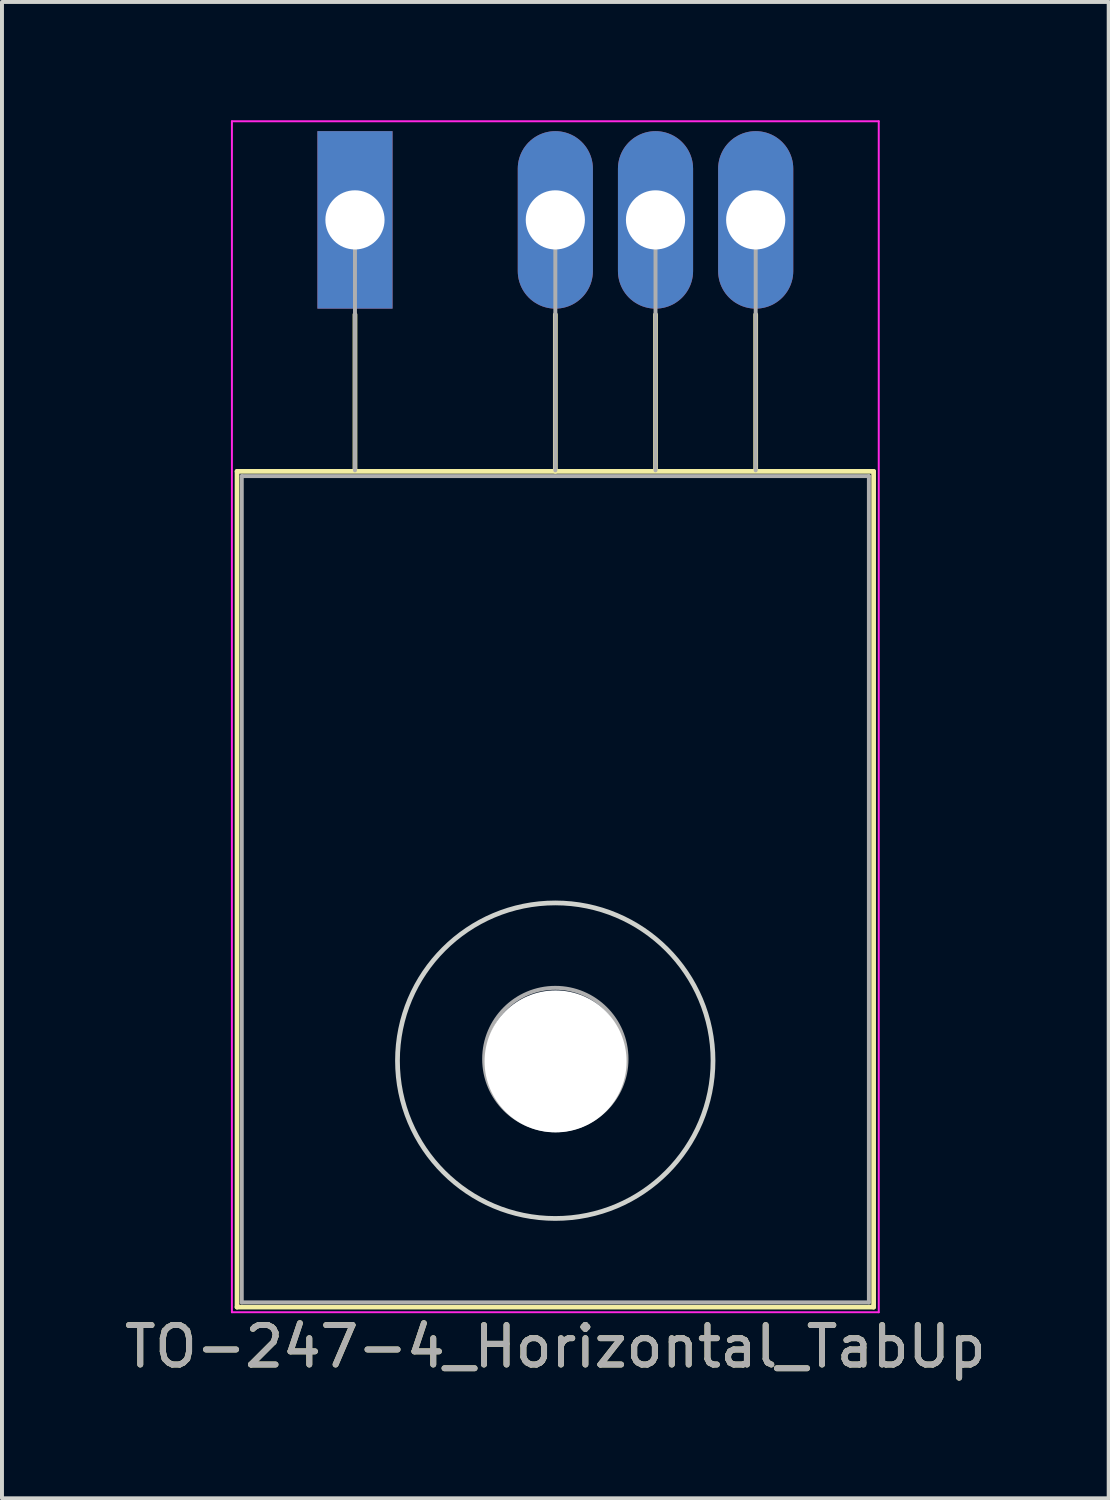
<source format=kicad_pcb>
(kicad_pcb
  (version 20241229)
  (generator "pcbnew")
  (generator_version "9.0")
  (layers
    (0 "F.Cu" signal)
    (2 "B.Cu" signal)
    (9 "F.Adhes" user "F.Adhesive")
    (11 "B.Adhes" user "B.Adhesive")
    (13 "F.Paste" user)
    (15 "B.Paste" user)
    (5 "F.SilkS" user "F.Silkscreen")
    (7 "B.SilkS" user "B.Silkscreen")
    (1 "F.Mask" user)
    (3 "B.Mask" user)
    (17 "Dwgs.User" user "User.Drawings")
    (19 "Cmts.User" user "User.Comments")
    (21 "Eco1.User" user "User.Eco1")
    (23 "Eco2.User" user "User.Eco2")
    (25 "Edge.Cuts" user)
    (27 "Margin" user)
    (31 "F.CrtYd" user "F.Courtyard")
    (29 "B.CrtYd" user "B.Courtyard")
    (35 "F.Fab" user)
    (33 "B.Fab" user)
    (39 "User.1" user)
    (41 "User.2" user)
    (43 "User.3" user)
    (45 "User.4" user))
  (footprint "TO-247-4_Horizontal_TabUp"
    (layer "F.Cu")
    (at 5.95 2.525)
    (property "Reference" "TO-247-4_Horizontal_TabUp" (at 5.08 28.566 180) (layer "F.SilkS") (effects (font (size 1 1) (thickness 0.15))))
    (attr through_hole)
    (fp_line (start -2.99 6.376) (end -2.99 27.566) (stroke (width 0.12) (type solid)) (layer "F.SilkS"))
    (fp_line (start -2.99 6.376) (end 13.15 6.376) (stroke (width 0.12) (type solid)) (layer "F.SilkS"))
    (fp_line (start -2.99 27.566) (end 13.15 27.566) (stroke (width 0.12) (type solid)) (layer "F.SilkS"))
    (fp_line (start 0 2.4) (end 0 6.35) (stroke (width 0.12) (type solid)) (layer "F.SilkS"))
    (fp_line (start 5.08 2.4) (end 5.08 6.376) (stroke (width 0.12) (type solid)) (layer "F.SilkS"))
    (fp_line (start 7.62 2.4) (end 7.62 6.35) (stroke (width 0.12) (type solid)) (layer "F.SilkS"))
    (fp_line (start 10.16 2.4) (end 10.16 6.35) (stroke (width 0.12) (type solid)) (layer "F.SilkS"))
    (fp_line (start 13.15 6.376) (end 13.15 27.566) (stroke (width 0.12) (type solid)) (layer "F.SilkS"))
    (fp_circle (center 5.078 21.318) (end 9.078 21.318) (stroke (width 0.12) (type solid)) (fill no) (layer "Edge.Cuts"))
    (fp_line (start -3.12 -2.5) (end -3.12 27.696) (stroke (width 0.05) (type solid)) (layer "F.CrtYd"))
    (fp_line (start -3.12 27.696) (end 13.28 27.696) (stroke (width 0.05) (type solid)) (layer "F.CrtYd"))
    (fp_line (start 13.28 -2.5) (end -3.12 -2.5) (stroke (width 0.05) (type solid)) (layer "F.CrtYd"))
    (fp_line (start 13.28 27.696) (end 13.28 -2.5) (stroke (width 0.05) (type solid)) (layer "F.CrtYd"))
    (fp_line (start -2.87 6.496) (end -2.87 27.446) (stroke (width 0.1) (type solid)) (layer "F.Fab"))
    (fp_line (start -2.87 27.446) (end 13.03 27.446) (stroke (width 0.1) (type solid)) (layer "F.Fab"))
    (fp_line (start 0 6.35) (end 0 0) (stroke (width 0.1) (type solid)) (layer "F.Fab"))
    (fp_line (start 5.08 6.35) (end 5.08 0) (stroke (width 0.1) (type solid)) (layer "F.Fab"))
    (fp_line (start 7.62 6.35) (end 7.62 0) (stroke (width 0.1) (type solid)) (layer "F.Fab"))
    (fp_line (start 10.16 6.35) (end 10.16 0) (stroke (width 0.1) (type solid)) (layer "F.Fab"))
    (fp_line (start 13.03 6.496) (end -2.87 6.496) (stroke (width 0.1) (type solid)) (layer "F.Fab"))
    (fp_line (start 13.03 27.446) (end 13.03 6.496) (stroke (width 0.1) (type solid)) (layer "F.Fab"))
    (fp_circle (center 5.08 21.276) (end 6.885 21.276) (stroke (width 0.1) (type solid)) (fill no) (layer "F.Fab"))
    (fp_text user "${REFERENCE}" (at 5.08 28.566 180) (layer "F.Fab") (effects (font (size 1 1) (thickness 0.15))))
    (pad "" np_thru_hole circle (at 5.086 21.336) (size 3.6 3.6) (drill 8) (layers "*.Cu" "*.Mask"))
    (pad "1" thru_hole rect (at 0 0) (size 1.905 4.5) (drill 1.5) (layers "*.Cu" "*.Mask"))
    (pad "2" thru_hole oval (at 5.08 0) (size 1.905 4.5) (drill 1.5) (layers "*.Cu" "*.Mask"))
    (pad "3" thru_hole oval (at 7.62 0) (size 1.905 4.5) (drill 1.5) (layers "*.Cu" "*.Mask"))
    (pad "4" thru_hole oval (at 10.16 0) (size 1.905 4.5) (drill 1.5) (layers "*.Cu" "*.Mask")))
  (gr_rect
    (start -3 -3)
    (end 25.06 34.939)
    (stroke (width 0.1) (type default))
    (fill no)
    (layer "Edge.Cuts")))
</source>
